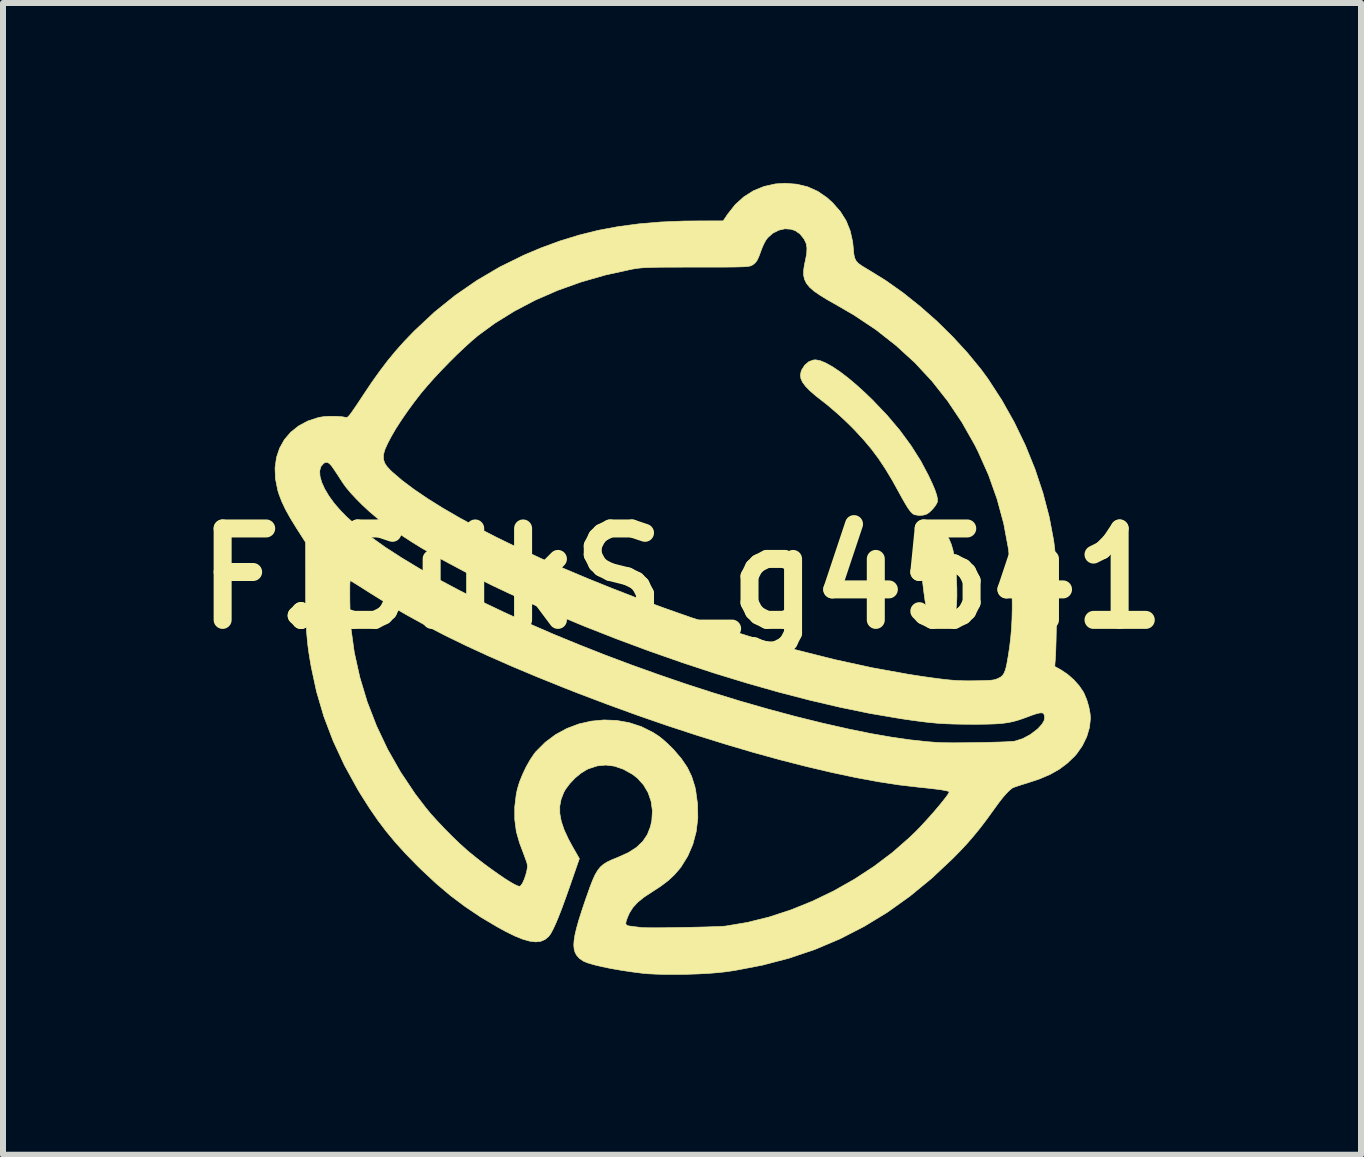
<source format=kicad_pcb>
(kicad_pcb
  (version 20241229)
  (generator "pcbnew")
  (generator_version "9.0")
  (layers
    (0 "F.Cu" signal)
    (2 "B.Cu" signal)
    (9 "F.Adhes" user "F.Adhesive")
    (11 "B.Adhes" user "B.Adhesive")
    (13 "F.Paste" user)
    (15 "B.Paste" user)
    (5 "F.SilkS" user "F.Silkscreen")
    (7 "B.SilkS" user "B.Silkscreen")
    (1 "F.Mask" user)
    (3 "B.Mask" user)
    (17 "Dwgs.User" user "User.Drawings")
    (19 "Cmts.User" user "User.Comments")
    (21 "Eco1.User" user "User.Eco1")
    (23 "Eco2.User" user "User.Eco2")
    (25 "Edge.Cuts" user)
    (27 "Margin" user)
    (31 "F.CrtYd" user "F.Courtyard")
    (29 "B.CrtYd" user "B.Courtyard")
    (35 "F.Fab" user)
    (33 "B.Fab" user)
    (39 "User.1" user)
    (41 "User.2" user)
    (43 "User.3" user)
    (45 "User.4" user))
  (footprint "F.SilkS_g4541"
    (layer "F.Cu")
    (at 8.317 6.592)
    (property "Reference" "F.SilkS_g4541" (at 0 0 0) (layer "F.SilkS") (effects (font (size 1.524 1.524) (thickness 0.3))))
    (attr through_hole)
    (fp_poly (pts (xy 4.294 -0.821) (xy 4.355 -0.792) (xy 4.407 -0.734) (xy 4.451 -0.657) (xy 4.487 -0.571) (xy 4.516 -0.472) (xy 4.539 -0.355) (xy 4.557 -0.216) (xy 4.571 -0.049) (xy 4.573 -0.01) (xy 4.58 0.154) (xy 4.581 0.3) (xy 4.576 0.425) (xy 4.565 0.525) (xy 4.549 0.596) (xy 4.546 0.604) (xy 4.507 0.658) (xy 4.442 0.699) (xy 4.36 0.723) (xy 4.3 0.728) (xy 4.243 0.725) (xy 4.204 0.711) (xy 4.166 0.681) (xy 4.158 0.673) (xy 4.131 0.64) (xy 4.107 0.597) (xy 4.087 0.54) (xy 4.068 0.465) (xy 4.05 0.368) (xy 4.033 0.246) (xy 4.014 0.094) (xy 4.012 0.078) (xy 3.991 -0.112) (xy 3.977 -0.278) (xy 3.968 -0.416) (xy 3.965 -0.526) (xy 3.968 -0.607) (xy 3.977 -0.656) (xy 3.978 -0.657) (xy 4.013 -0.709) (xy 4.071 -0.758) (xy 4.139 -0.799) (xy 4.207 -0.822) (xy 4.222 -0.824) (xy 4.294 -0.821)) (stroke (width 0.01) (type solid)) (fill yes) (layer "F.SilkS"))
    (fp_poly (pts (xy 2.302 -3.631) (xy 2.396 -3.592) (xy 2.507 -3.53) (xy 2.631 -3.447) (xy 2.766 -3.344) (xy 2.91 -3.223) (xy 3.061 -3.085) (xy 3.177 -2.973) (xy 3.419 -2.719) (xy 3.631 -2.468) (xy 3.816 -2.216) (xy 3.978 -1.96) (xy 4.106 -1.719) (xy 4.17 -1.583) (xy 4.216 -1.474) (xy 4.245 -1.387) (xy 4.258 -1.322) (xy 4.255 -1.274) (xy 4.252 -1.266) (xy 4.222 -1.213) (xy 4.175 -1.155) (xy 4.121 -1.103) (xy 4.079 -1.074) (xy 4.018 -1.056) (xy 3.945 -1.052) (xy 3.878 -1.063) (xy 3.868 -1.066) (xy 3.839 -1.085) (xy 3.806 -1.119) (xy 3.766 -1.174) (xy 3.719 -1.251) (xy 3.66 -1.354) (xy 3.621 -1.426) (xy 3.502 -1.641) (xy 3.388 -1.83) (xy 3.274 -2.001) (xy 3.156 -2.159) (xy 3.029 -2.31) (xy 2.888 -2.463) (xy 2.812 -2.541) (xy 2.719 -2.631) (xy 2.618 -2.725) (xy 2.516 -2.814) (xy 2.423 -2.893) (xy 2.362 -2.941) (xy 2.234 -3.041) (xy 2.133 -3.128) (xy 2.059 -3.204) (xy 2.009 -3.271) (xy 1.981 -3.333) (xy 1.974 -3.393) (xy 1.985 -3.452) (xy 1.995 -3.478) (xy 2.046 -3.557) (xy 2.113 -3.614) (xy 2.19 -3.642) (xy 2.227 -3.645) (xy 2.302 -3.631)) (stroke (width 0.01) (type solid)) (fill yes) (layer "F.SilkS"))
    (fp_poly (pts (xy 1.915 -6.572) (xy 2.095 -6.528) (xy 2.262 -6.453) (xy 2.418 -6.346) (xy 2.515 -6.257) (xy 2.64 -6.114) (xy 2.736 -5.961) (xy 2.803 -5.794) (xy 2.844 -5.61) (xy 2.857 -5.481) (xy 2.864 -5.403) (xy 2.877 -5.343) (xy 2.9 -5.296) (xy 2.937 -5.254) (xy 2.995 -5.212) (xy 3.077 -5.162) (xy 3.103 -5.147) (xy 3.39 -4.97) (xy 3.68 -4.765) (xy 3.967 -4.536) (xy 4.247 -4.289) (xy 4.512 -4.028) (xy 4.759 -3.759) (xy 4.983 -3.486) (xy 5.101 -3.325) (xy 5.33 -2.972) (xy 5.538 -2.602) (xy 5.723 -2.218) (xy 5.882 -1.825) (xy 6.015 -1.426) (xy 6.12 -1.025) (xy 6.195 -0.627) (xy 6.233 -0.313) (xy 6.237 -0.248) (xy 6.24 -0.153) (xy 6.242 -0.035) (xy 6.243 0.102) (xy 6.244 0.252) (xy 6.243 0.412) (xy 6.242 0.575) (xy 6.24 0.737) (xy 6.237 0.892) (xy 6.234 1.036) (xy 6.23 1.164) (xy 6.226 1.27) (xy 6.221 1.346) (xy 6.212 1.465) (xy 6.318 1.524) (xy 6.425 1.596) (xy 6.529 1.687) (xy 6.62 1.789) (xy 6.69 1.893) (xy 6.702 1.917) (xy 6.746 2.023) (xy 6.78 2.139) (xy 6.801 2.252) (xy 6.807 2.328) (xy 6.791 2.481) (xy 6.745 2.637) (xy 6.672 2.787) (xy 6.575 2.925) (xy 6.539 2.965) (xy 6.42 3.079) (xy 6.288 3.178) (xy 6.136 3.264) (xy 5.961 3.339) (xy 5.757 3.407) (xy 5.74 3.412) (xy 5.659 3.437) (xy 5.588 3.46) (xy 5.534 3.479) (xy 5.505 3.492) (xy 5.503 3.493) (xy 5.453 3.534) (xy 5.402 3.586) (xy 5.344 3.653) (xy 5.277 3.739) (xy 5.201 3.844) (xy 5.079 4.013) (xy 4.967 4.16) (xy 4.859 4.292) (xy 4.75 4.418) (xy 4.632 4.544) (xy 4.513 4.665) (xy 4.161 4.996) (xy 3.797 5.295) (xy 3.422 5.563) (xy 3.034 5.799) (xy 2.633 6.005) (xy 2.217 6.181) (xy 1.786 6.327) (xy 1.339 6.444) (xy 0.874 6.533) (xy 0.721 6.555) (xy 0.591 6.569) (xy 0.437 6.581) (xy 0.267 6.59) (xy 0.088 6.596) (xy -0.092 6.598) (xy -0.267 6.598) (xy -0.428 6.594) (xy -0.569 6.587) (xy -0.658 6.579) (xy -0.843 6.555) (xy -1.021 6.528) (xy -1.188 6.499) (xy -1.338 6.468) (xy -1.468 6.437) (xy -1.572 6.406) (xy -1.64 6.379) (xy -1.711 6.331) (xy -1.758 6.277) (xy -1.783 6.23) (xy -1.798 6.175) (xy -1.804 6.11) (xy -1.799 6.032) (xy -1.784 5.938) (xy -1.757 5.824) (xy -1.719 5.689) (xy -1.668 5.529) (xy -1.605 5.342) (xy -1.587 5.292) (xy -1.536 5.147) (xy -1.491 5.031) (xy -1.45 4.939) (xy -1.407 4.866) (xy -1.361 4.808) (xy -1.308 4.762) (xy -1.243 4.722) (xy -1.164 4.685) (xy -1.067 4.646) (xy -1.056 4.641) (xy -0.892 4.567) (xy -0.759 4.481) (xy -0.655 4.382) (xy -0.578 4.268) (xy -0.526 4.135) (xy -0.503 4.029) (xy -0.494 3.869) (xy -0.515 3.714) (xy -0.565 3.569) (xy -0.642 3.439) (xy -0.743 3.327) (xy -0.826 3.263) (xy -0.978 3.178) (xy -1.126 3.127) (xy -1.27 3.109) (xy -1.414 3.123) (xy -1.557 3.17) (xy -1.591 3.186) (xy -1.686 3.245) (xy -1.783 3.325) (xy -1.871 3.418) (xy -1.942 3.513) (xy -1.97 3.562) (xy -2.015 3.677) (xy -2.038 3.794) (xy -2.037 3.916) (xy -2.013 4.046) (xy -1.965 4.188) (xy -1.892 4.346) (xy -1.822 4.474) (xy -1.711 4.668) (xy -1.86 5.098) (xy -1.934 5.308) (xy -1.999 5.486) (xy -2.057 5.635) (xy -2.107 5.755) (xy -2.151 5.849) (xy -2.188 5.918) (xy -2.221 5.963) (xy -2.225 5.968) (xy -2.285 6.017) (xy -2.356 6.047) (xy -2.439 6.056) (xy -2.537 6.044) (xy -2.652 6.012) (xy -2.786 5.958) (xy -2.941 5.882) (xy -3.081 5.805) (xy -3.357 5.641) (xy -3.613 5.469) (xy -3.858 5.285) (xy -4.098 5.082) (xy -4.341 4.855) (xy -4.421 4.776) (xy -4.61 4.582) (xy -4.777 4.398) (xy -4.928 4.216) (xy -5.069 4.03) (xy -5.206 3.831) (xy -5.346 3.611) (xy -5.405 3.514) (xy -5.626 3.113) (xy -5.814 2.708) (xy -5.97 2.298) (xy -6.092 1.882) (xy -6.18 1.473) (xy -6.202 1.344) (xy -6.221 1.226) (xy -6.236 1.115) (xy -6.247 1.005) (xy -6.257 0.892) (xy -6.263 0.77) (xy -6.268 0.634) (xy -6.271 0.48) (xy -6.273 0.302) (xy -6.273 0.245) (xy -5.537 0.245) (xy -5.537 0.341) (xy -5.535 0.442) (xy -5.533 0.544) (xy -5.53 0.64) (xy -5.526 0.726) (xy -5.522 0.795) (xy -5.52 0.815) (xy -5.462 1.233) (xy -5.37 1.647) (xy -5.247 2.055) (xy -5.092 2.455) (xy -4.907 2.846) (xy -4.692 3.224) (xy -4.448 3.589) (xy -4.273 3.818) (xy -4.183 3.927) (xy -4.073 4.048) (xy -3.952 4.176) (xy -3.827 4.302) (xy -3.705 4.419) (xy -3.592 4.521) (xy -3.539 4.566) (xy -3.418 4.664) (xy -3.296 4.758) (xy -3.176 4.846) (xy -3.062 4.927) (xy -2.958 4.998) (xy -2.866 5.056) (xy -2.791 5.099) (xy -2.735 5.124) (xy -2.708 5.131) (xy -2.684 5.115) (xy -2.657 5.074) (xy -2.629 5.012) (xy -2.604 4.938) (xy -2.586 4.869) (xy -2.578 4.82) (xy -2.577 4.78) (xy -2.586 4.736) (xy -2.607 4.676) (xy -2.615 4.655) (xy -2.646 4.571) (xy -2.681 4.478) (xy -2.709 4.403) (xy -2.762 4.216) (xy -2.788 4.014) (xy -2.788 3.804) (xy -2.762 3.59) (xy -2.743 3.505) (xy -2.709 3.392) (xy -2.658 3.266) (xy -2.598 3.139) (xy -2.531 3.021) (xy -2.464 2.921) (xy -2.435 2.885) (xy -2.28 2.73) (xy -2.107 2.601) (xy -1.919 2.499) (xy -1.72 2.424) (xy -1.514 2.377) (xy -1.303 2.357) (xy -1.091 2.365) (xy -0.882 2.402) (xy -0.679 2.468) (xy -0.486 2.564) (xy -0.383 2.631) (xy -0.326 2.676) (xy -0.257 2.737) (xy -0.186 2.805) (xy -0.14 2.851) (xy -0.012 3.001) (xy 0.088 3.148) (xy 0.161 3.3) (xy 0.213 3.464) (xy 0.226 3.522) (xy 0.259 3.762) (xy 0.263 3.995) (xy 0.236 4.218) (xy 0.18 4.43) (xy 0.095 4.627) (xy -0.018 4.809) (xy -0.04 4.837) (xy -0.129 4.939) (xy -0.232 5.035) (xy -0.356 5.129) (xy -0.504 5.225) (xy -0.636 5.312) (xy -0.74 5.397) (xy -0.819 5.483) (xy -0.877 5.575) (xy -0.904 5.636) (xy -0.93 5.705) (xy -0.938 5.749) (xy -0.927 5.775) (xy -0.892 5.789) (xy -0.829 5.798) (xy -0.813 5.8) (xy -0.754 5.807) (xy -0.705 5.813) (xy -0.686 5.816) (xy -0.653 5.819) (xy -0.591 5.82) (xy -0.505 5.821) (xy -0.399 5.821) (xy -0.278 5.82) (xy -0.146 5.818) (xy -0.008 5.816) (xy 0.131 5.813) (xy 0.266 5.81) (xy 0.393 5.807) (xy 0.508 5.803) (xy 0.605 5.8) (xy 0.679 5.796) (xy 0.727 5.792) (xy 0.728 5.792) (xy 1.086 5.732) (xy 1.45 5.642) (xy 1.814 5.523) (xy 2.175 5.377) (xy 2.529 5.206) (xy 2.872 5.012) (xy 3.201 4.797) (xy 3.511 4.563) (xy 3.798 4.311) (xy 3.895 4.217) (xy 3.97 4.141) (xy 4.048 4.056) (xy 4.129 3.967) (xy 4.207 3.878) (xy 4.28 3.792) (xy 4.344 3.713) (xy 4.397 3.646) (xy 4.434 3.594) (xy 4.452 3.561) (xy 4.453 3.555) (xy 4.437 3.545) (xy 4.387 3.533) (xy 4.307 3.519) (xy 4.195 3.505) (xy 4.055 3.489) (xy 3.954 3.479) (xy 3.627 3.441) (xy 3.274 3.387) (xy 2.895 3.317) (xy 2.495 3.232) (xy 2.074 3.133) (xy 1.635 3.021) (xy 1.182 2.896) (xy 0.715 2.758) (xy 0.237 2.609) (xy -0.248 2.45) (xy -0.74 2.28) (xy -1.235 2.1) (xy -1.732 1.912) (xy -1.964 1.821) (xy -2.417 1.638) (xy -2.839 1.461) (xy -3.234 1.287) (xy -3.605 1.116) (xy -3.954 0.946) (xy -4.284 0.775) (xy -4.598 0.602) (xy -4.9 0.426) (xy -5.192 0.245) (xy -5.212 0.232) (xy -5.303 0.174) (xy -5.384 0.123) (xy -5.451 0.081) (xy -5.5 0.051) (xy -5.526 0.035) (xy -5.529 0.034) (xy -5.533 0.05) (xy -5.536 0.094) (xy -5.537 0.161) (xy -5.537 0.245) (xy -6.273 0.245) (xy -6.273 0.101) (xy -6.274 -0.603) (xy -6.425 -0.839) (xy -6.526 -1.003) (xy -6.607 -1.148) (xy -6.669 -1.279) (xy -6.716 -1.402) (xy -6.738 -1.472) (xy -6.776 -1.663) (xy -6.781 -1.793) (xy -6.039 -1.793) (xy -6.034 -1.705) (xy -6.006 -1.605) (xy -5.956 -1.494) (xy -5.885 -1.375) (xy -5.795 -1.251) (xy -5.685 -1.125) (xy -5.593 -1.031) (xy -5.408 -0.866) (xy -5.192 -0.697) (xy -4.947 -0.522) (xy -4.673 -0.345) (xy -4.375 -0.165) (xy -4.052 0.017) (xy -3.708 0.2) (xy -3.343 0.383) (xy -2.961 0.565) (xy -2.562 0.746) (xy -2.15 0.925) (xy -1.725 1.1) (xy -1.29 1.272) (xy -0.846 1.439) (xy -0.396 1.6) (xy 0.058 1.756) (xy 0.516 1.904) (xy 0.973 2.044) (xy 1.43 2.175) (xy 1.884 2.297) (xy 2.332 2.408) (xy 2.774 2.508) (xy 2.794 2.512) (xy 3.153 2.585) (xy 3.486 2.643) (xy 3.798 2.688) (xy 4.094 2.72) (xy 4.267 2.733) (xy 4.332 2.736) (xy 4.422 2.737) (xy 4.53 2.738) (xy 4.653 2.737) (xy 4.785 2.736) (xy 4.921 2.734) (xy 5.055 2.732) (xy 5.184 2.728) (xy 5.301 2.725) (xy 5.401 2.721) (xy 5.48 2.716) (xy 5.533 2.712) (xy 5.546 2.71) (xy 5.677 2.669) (xy 5.806 2.6) (xy 5.923 2.51) (xy 5.938 2.496) (xy 5.999 2.428) (xy 6.034 2.369) (xy 6.044 2.314) (xy 6.038 2.278) (xy 6.027 2.252) (xy 6.005 2.239) (xy 5.969 2.239) (xy 5.913 2.251) (xy 5.834 2.277) (xy 5.768 2.302) (xy 5.672 2.337) (xy 5.584 2.366) (xy 5.5 2.388) (xy 5.414 2.404) (xy 5.321 2.416) (xy 5.214 2.423) (xy 5.088 2.427) (xy 4.937 2.429) (xy 4.826 2.429) (xy 4.662 2.428) (xy 4.518 2.425) (xy 4.386 2.42) (xy 4.259 2.412) (xy 4.129 2.4) (xy 3.991 2.384) (xy 3.836 2.363) (xy 3.657 2.337) (xy 3.59 2.326) (xy 3.126 2.247) (xy 2.64 2.147) (xy 2.135 2.029) (xy 1.614 1.894) (xy 1.082 1.743) (xy 0.542 1.578) (xy -0.002 1.399) (xy -0.547 1.208) (xy -1.088 1.007) (xy -1.623 0.797) (xy -2.146 0.579) (xy -2.655 0.354) (xy -3.146 0.123) (xy -3.616 -0.111) (xy -4.059 -0.348) (xy -4.216 -0.436) (xy -4.354 -0.517) (xy -4.501 -0.608) (xy -4.652 -0.706) (xy -4.798 -0.804) (xy -4.933 -0.898) (xy -5.049 -0.984) (xy -5.106 -1.028) (xy -5.213 -1.119) (xy -5.322 -1.22) (xy -5.426 -1.324) (xy -5.52 -1.425) (xy -5.598 -1.518) (xy -5.646 -1.584) (xy -5.69 -1.651) (xy -5.741 -1.73) (xy -5.787 -1.799) (xy -5.837 -1.872) (xy -5.878 -1.917) (xy -5.912 -1.937) (xy -5.945 -1.935) (xy -5.975 -1.918) (xy -6.02 -1.864) (xy -6.039 -1.793) (xy -6.781 -1.793) (xy -6.783 -1.844) (xy -6.759 -2.015) (xy -6.752 -2.038) (xy -4.978 -2.038) (xy -4.973 -1.977) (xy -4.955 -1.923) (xy -4.919 -1.868) (xy -4.862 -1.806) (xy -4.826 -1.772) (xy -4.662 -1.632) (xy -4.466 -1.485) (xy -4.241 -1.332) (xy -3.988 -1.174) (xy -3.709 -1.012) (xy -3.405 -0.847) (xy -3.079 -0.68) (xy -2.731 -0.511) (xy -2.365 -0.341) (xy -1.981 -0.172) (xy -1.581 -0.003) (xy -1.167 0.164) (xy -0.741 0.329) (xy -0.304 0.49) (xy 0.142 0.647) (xy 0.55 0.784) (xy 1.236 1) (xy 1.901 1.189) (xy 2.545 1.351) (xy 3.169 1.487) (xy 3.772 1.596) (xy 4.017 1.634) (xy 4.174 1.656) (xy 4.303 1.673) (xy 4.413 1.686) (xy 4.51 1.695) (xy 4.6 1.701) (xy 4.691 1.704) (xy 4.788 1.705) (xy 4.894 1.704) (xy 5.005 1.702) (xy 5.088 1.699) (xy 5.149 1.695) (xy 5.195 1.689) (xy 5.231 1.679) (xy 5.264 1.667) (xy 5.267 1.665) (xy 5.311 1.642) (xy 5.345 1.612) (xy 5.371 1.57) (xy 5.393 1.512) (xy 5.412 1.431) (xy 5.431 1.322) (xy 5.435 1.302) (xy 5.46 1.136) (xy 5.478 0.984) (xy 5.491 0.836) (xy 5.499 0.682) (xy 5.503 0.512) (xy 5.503 0.383) (xy 5.487 -0.061) (xy 5.44 -0.494) (xy 5.362 -0.914) (xy 5.251 -1.324) (xy 5.109 -1.725) (xy 4.934 -2.117) (xy 4.879 -2.227) (xy 4.665 -2.604) (xy 4.428 -2.958) (xy 4.167 -3.289) (xy 3.881 -3.597) (xy 3.569 -3.882) (xy 3.233 -4.146) (xy 2.869 -4.389) (xy 2.582 -4.556) (xy 2.428 -4.643) (xy 2.302 -4.72) (xy 2.202 -4.789) (xy 2.127 -4.854) (xy 2.074 -4.919) (xy 2.042 -4.985) (xy 2.026 -5.057) (xy 2.027 -5.138) (xy 2.04 -5.23) (xy 2.056 -5.3) (xy 2.078 -5.416) (xy 2.082 -5.51) (xy 2.068 -5.588) (xy 2.034 -5.658) (xy 2.034 -5.658) (xy 1.966 -5.743) (xy 1.887 -5.798) (xy 1.815 -5.822) (xy 1.714 -5.829) (xy 1.611 -5.805) (xy 1.514 -5.756) (xy 1.431 -5.683) (xy 1.401 -5.644) (xy 1.372 -5.594) (xy 1.341 -5.527) (xy 1.313 -5.455) (xy 1.313 -5.453) (xy 1.281 -5.367) (xy 1.253 -5.306) (xy 1.223 -5.264) (xy 1.187 -5.234) (xy 1.164 -5.22) (xy 1.15 -5.213) (xy 1.131 -5.208) (xy 1.106 -5.203) (xy 1.071 -5.199) (xy 1.024 -5.196) (xy 0.961 -5.194) (xy 0.88 -5.192) (xy 0.777 -5.191) (xy 0.651 -5.19) (xy 0.497 -5.19) (xy 0.314 -5.19) (xy 0.229 -5.19) (xy 0.032 -5.19) (xy -0.134 -5.189) (xy -0.273 -5.189) (xy -0.389 -5.188) (xy -0.483 -5.186) (xy -0.562 -5.184) (xy -0.626 -5.181) (xy -0.68 -5.177) (xy -0.728 -5.172) (xy -0.772 -5.166) (xy -0.816 -5.159) (xy -0.855 -5.151) (xy -1.276 -5.059) (xy -1.683 -4.942) (xy -2.074 -4.802) (xy -2.446 -4.64) (xy -2.796 -4.456) (xy -3.123 -4.253) (xy -3.404 -4.047) (xy -3.505 -3.961) (xy -3.622 -3.855) (xy -3.75 -3.734) (xy -3.882 -3.603) (xy -4.012 -3.469) (xy -4.136 -3.336) (xy -4.247 -3.211) (xy -4.341 -3.1) (xy -4.342 -3.099) (xy -4.463 -2.943) (xy -4.576 -2.788) (xy -4.679 -2.639) (xy -4.77 -2.498) (xy -4.846 -2.367) (xy -4.907 -2.251) (xy -4.951 -2.153) (xy -4.974 -2.074) (xy -4.978 -2.038) (xy -6.752 -2.038) (xy -6.707 -2.172) (xy -6.628 -2.314) (xy -6.522 -2.438) (xy -6.392 -2.542) (xy -6.238 -2.625) (xy -6.061 -2.683) (xy -6.053 -2.685) (xy -5.97 -2.698) (xy -5.868 -2.704) (xy -5.761 -2.703) (xy -5.662 -2.696) (xy -5.596 -2.684) (xy -5.583 -2.686) (xy -5.566 -2.697) (xy -5.543 -2.722) (xy -5.511 -2.763) (xy -5.469 -2.824) (xy -5.413 -2.906) (xy -5.342 -3.013) (xy -5.318 -3.05) (xy -5.173 -3.266) (xy -5.037 -3.457) (xy -4.906 -3.63) (xy -4.772 -3.792) (xy -4.633 -3.948) (xy -4.481 -4.106) (xy -4.454 -4.133) (xy -4.126 -4.44) (xy -3.782 -4.717) (xy -3.42 -4.967) (xy -3.039 -5.191) (xy -2.635 -5.39) (xy -2.353 -5.509) (xy -2.037 -5.625) (xy -1.719 -5.723) (xy -1.397 -5.803) (xy -1.066 -5.865) (xy -0.72 -5.911) (xy -0.355 -5.942) (xy 0.033 -5.958) (xy 0.28 -5.96) (xy 0.686 -5.961) (xy 0.762 -6.074) (xy 0.887 -6.232) (xy 1.031 -6.362) (xy 1.191 -6.463) (xy 1.367 -6.535) (xy 1.557 -6.577) (xy 1.719 -6.587) (xy 1.915 -6.572)) (stroke (width 0.01) (type solid)) (fill yes) (layer "F.SilkS")))
  (gr_rect
    (start -3 -3)
    (end 19.633 16.195)
    (stroke (width 0.1) (type default))
    (fill no)
    (layer "Edge.Cuts")))
</source>
